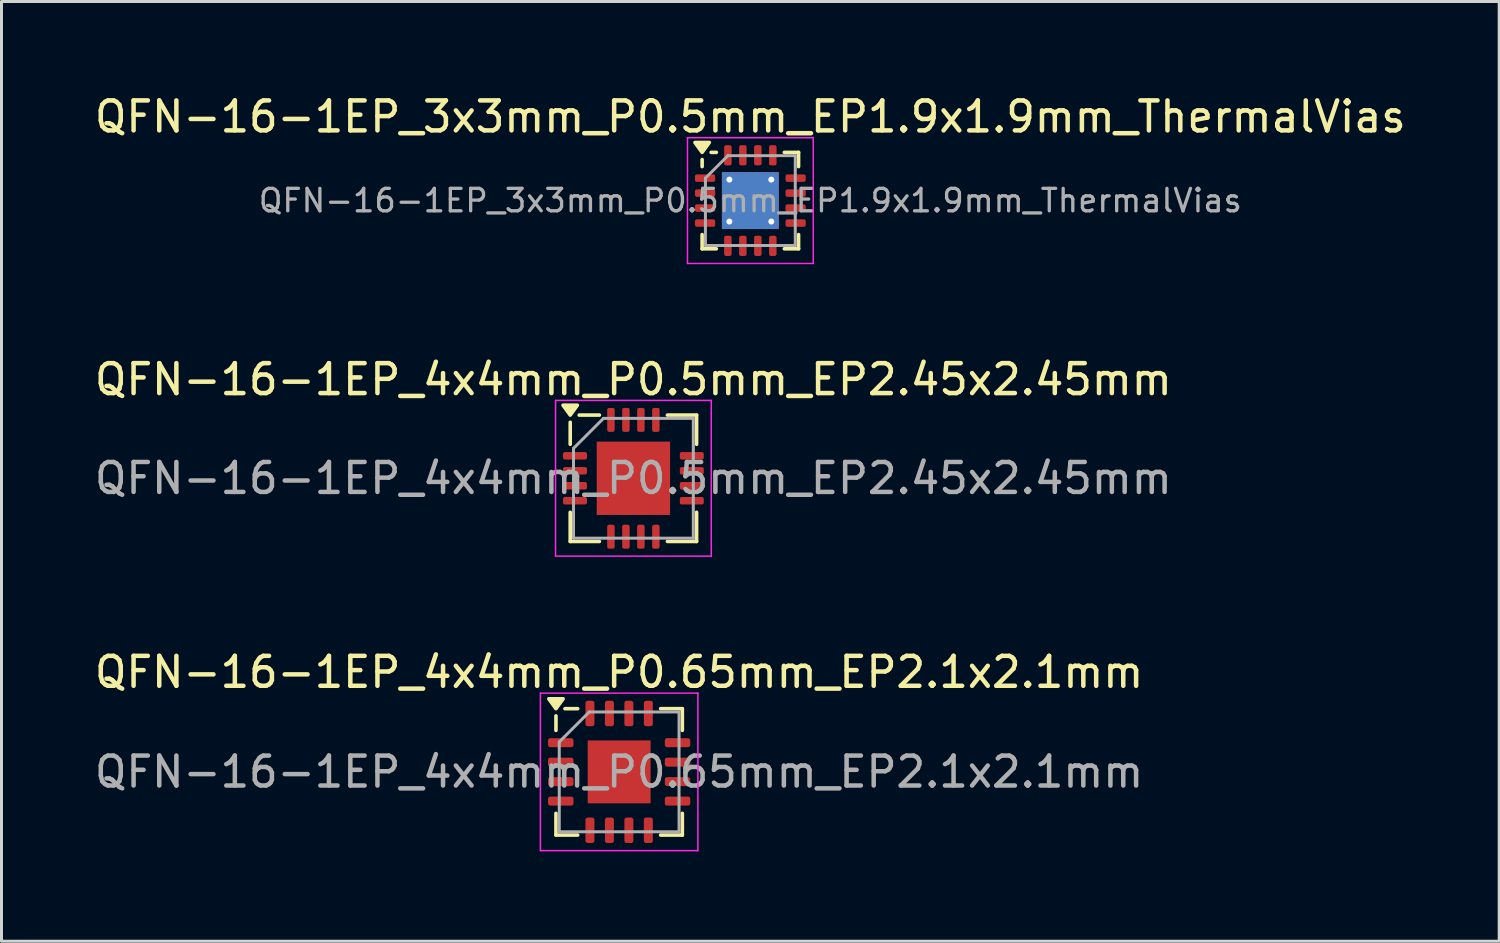
<source format=kicad_pcb>
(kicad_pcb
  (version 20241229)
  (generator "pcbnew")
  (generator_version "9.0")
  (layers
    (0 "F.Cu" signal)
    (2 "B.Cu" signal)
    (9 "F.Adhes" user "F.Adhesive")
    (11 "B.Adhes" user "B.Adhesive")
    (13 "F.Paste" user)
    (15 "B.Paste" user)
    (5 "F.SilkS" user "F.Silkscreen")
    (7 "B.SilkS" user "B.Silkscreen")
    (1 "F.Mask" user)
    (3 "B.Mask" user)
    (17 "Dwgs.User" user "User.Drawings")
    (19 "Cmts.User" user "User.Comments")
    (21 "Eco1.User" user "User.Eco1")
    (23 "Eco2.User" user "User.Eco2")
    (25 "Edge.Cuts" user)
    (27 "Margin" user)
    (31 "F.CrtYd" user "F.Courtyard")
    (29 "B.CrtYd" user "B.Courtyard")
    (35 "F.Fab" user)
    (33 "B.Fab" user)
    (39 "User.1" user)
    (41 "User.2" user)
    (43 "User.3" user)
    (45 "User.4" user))
  (footprint "QFN-16-1EP_4x4mm_P0.5mm_EP2.45x2.45mm"
    (layer "F.Cu")
    (at 18.101 12.921)
    (property "Reference" "QFN-16-1EP_4x4mm_P0.5mm_EP2.45x2.45mm" (at 0 -3.3 0) (layer "F.SilkS") (effects (font (size 1 1) (thickness 0.15))))
    (attr smd)
    (fp_line (start -2.11 -1.135) (end -2.11 -1.87) (stroke (width 0.12) (type solid)) (layer "F.SilkS"))
    (fp_line (start -2.11 2.11) (end -2.11 1.135) (stroke (width 0.12) (type solid)) (layer "F.SilkS"))
    (fp_line (start -1.135 -2.11) (end -1.81 -2.11) (stroke (width 0.12) (type solid)) (layer "F.SilkS"))
    (fp_line (start -1.135 2.11) (end -2.11 2.11) (stroke (width 0.12) (type solid)) (layer "F.SilkS"))
    (fp_line (start 1.135 -2.11) (end 2.11 -2.11) (stroke (width 0.12) (type solid)) (layer "F.SilkS"))
    (fp_line (start 1.135 2.11) (end 2.11 2.11) (stroke (width 0.12) (type solid)) (layer "F.SilkS"))
    (fp_line (start 2.11 -2.11) (end 2.11 -1.135) (stroke (width 0.12) (type solid)) (layer "F.SilkS"))
    (fp_line (start 2.11 2.11) (end 2.11 1.135) (stroke (width 0.12) (type solid)) (layer "F.SilkS"))
    (fp_poly (pts (xy -2.11 -2.11) (xy -2.35 -2.44) (xy -1.87 -2.44) (xy -2.11 -2.11)) (stroke (width 0.12) (type solid)) (fill yes) (layer "F.SilkS"))
    (fp_line (start -2.6 -2.6) (end -2.6 2.6) (stroke (width 0.05) (type solid)) (layer "F.CrtYd"))
    (fp_line (start -2.6 2.6) (end 2.6 2.6) (stroke (width 0.05) (type solid)) (layer "F.CrtYd"))
    (fp_line (start 2.6 -2.6) (end -2.6 -2.6) (stroke (width 0.05) (type solid)) (layer "F.CrtYd"))
    (fp_line (start 2.6 2.6) (end 2.6 -2.6) (stroke (width 0.05) (type solid)) (layer "F.CrtYd"))
    (fp_line (start -2 -1) (end -1 -2) (stroke (width 0.1) (type solid)) (layer "F.Fab"))
    (fp_line (start -2 2) (end -2 -1) (stroke (width 0.1) (type solid)) (layer "F.Fab"))
    (fp_line (start -1 -2) (end 2 -2) (stroke (width 0.1) (type solid)) (layer "F.Fab"))
    (fp_line (start 2 -2) (end 2 2) (stroke (width 0.1) (type solid)) (layer "F.Fab"))
    (fp_line (start 2 2) (end -2 2) (stroke (width 0.1) (type solid)) (layer "F.Fab"))
    (fp_text user "${REFERENCE}" (at 0 0 0) (layer "F.Fab") (effects (font (size 1 1) (thickness 0.15))))
    (pad "" smd roundrect (at -0.61 -0.61) (size 0.99 0.99) (layers "F.Paste") (roundrect_rratio 0.25))
    (pad "" smd roundrect (at -0.61 0.61) (size 0.99 0.99) (layers "F.Paste") (roundrect_rratio 0.25))
    (pad "" smd roundrect (at 0.61 -0.61) (size 0.99 0.99) (layers "F.Paste") (roundrect_rratio 0.25))
    (pad "" smd roundrect (at 0.61 0.61) (size 0.99 0.99) (layers "F.Paste") (roundrect_rratio 0.25))
    (pad "1" smd roundrect (at -1.95 -0.75) (size 0.8 0.25) (layers "F.Cu" "F.Mask" "F.Paste") (roundrect_rratio 0.25))
    (pad "2" smd roundrect (at -1.95 -0.25) (size 0.8 0.25) (layers "F.Cu" "F.Mask" "F.Paste") (roundrect_rratio 0.25))
    (pad "3" smd roundrect (at -1.95 0.25) (size 0.8 0.25) (layers "F.Cu" "F.Mask" "F.Paste") (roundrect_rratio 0.25))
    (pad "4" smd roundrect (at -1.95 0.75) (size 0.8 0.25) (layers "F.Cu" "F.Mask" "F.Paste") (roundrect_rratio 0.25))
    (pad "5" smd roundrect (at -0.75 1.95) (size 0.25 0.8) (layers "F.Cu" "F.Mask" "F.Paste") (roundrect_rratio 0.25))
    (pad "6" smd roundrect (at -0.25 1.95) (size 0.25 0.8) (layers "F.Cu" "F.Mask" "F.Paste") (roundrect_rratio 0.25))
    (pad "7" smd roundrect (at 0.25 1.95) (size 0.25 0.8) (layers "F.Cu" "F.Mask" "F.Paste") (roundrect_rratio 0.25))
    (pad "8" smd roundrect (at 0.75 1.95) (size 0.25 0.8) (layers "F.Cu" "F.Mask" "F.Paste") (roundrect_rratio 0.25))
    (pad "9" smd roundrect (at 1.95 0.75) (size 0.8 0.25) (layers "F.Cu" "F.Mask" "F.Paste") (roundrect_rratio 0.25))
    (pad "10" smd roundrect (at 1.95 0.25) (size 0.8 0.25) (layers "F.Cu" "F.Mask" "F.Paste") (roundrect_rratio 0.25))
    (pad "11" smd roundrect (at 1.95 -0.25) (size 0.8 0.25) (layers "F.Cu" "F.Mask" "F.Paste") (roundrect_rratio 0.25))
    (pad "12" smd roundrect (at 1.95 -0.75) (size 0.8 0.25) (layers "F.Cu" "F.Mask" "F.Paste") (roundrect_rratio 0.25))
    (pad "13" smd roundrect (at 0.75 -1.95) (size 0.25 0.8) (layers "F.Cu" "F.Mask" "F.Paste") (roundrect_rratio 0.25))
    (pad "14" smd roundrect (at 0.25 -1.95) (size 0.25 0.8) (layers "F.Cu" "F.Mask" "F.Paste") (roundrect_rratio 0.25))
    (pad "15" smd roundrect (at -0.25 -1.95) (size 0.25 0.8) (layers "F.Cu" "F.Mask" "F.Paste") (roundrect_rratio 0.25))
    (pad "16" smd roundrect (at -0.75 -1.95) (size 0.25 0.8) (layers "F.Cu" "F.Mask" "F.Paste") (roundrect_rratio 0.25))
    (pad "17" smd rect (at 0 0) (size 2.45 2.45) (property pad_prop_heatsink) (layers "F.Cu" "F.Mask")))
  (footprint "QFN-16-1EP_4x4mm_P0.65mm_EP2.1x2.1mm"
    (layer "F.Cu")
    (at 17.625 22.725)
    (property "Reference" "QFN-16-1EP_4x4mm_P0.65mm_EP2.1x2.1mm" (at 0 -3.33 0) (layer "F.SilkS") (effects (font (size 1 1) (thickness 0.15))))
    (attr smd)
    (fp_line (start -2.11 -1.385) (end -2.11 -1.87) (stroke (width 0.12) (type solid)) (layer "F.SilkS"))
    (fp_line (start -2.11 2.11) (end -2.11 1.385) (stroke (width 0.12) (type solid)) (layer "F.SilkS"))
    (fp_line (start -1.385 -2.11) (end -1.81 -2.11) (stroke (width 0.12) (type solid)) (layer "F.SilkS"))
    (fp_line (start -1.385 2.11) (end -2.11 2.11) (stroke (width 0.12) (type solid)) (layer "F.SilkS"))
    (fp_line (start 1.385 -2.11) (end 2.11 -2.11) (stroke (width 0.12) (type solid)) (layer "F.SilkS"))
    (fp_line (start 1.385 2.11) (end 2.11 2.11) (stroke (width 0.12) (type solid)) (layer "F.SilkS"))
    (fp_line (start 2.11 -2.11) (end 2.11 -1.385) (stroke (width 0.12) (type solid)) (layer "F.SilkS"))
    (fp_line (start 2.11 2.11) (end 2.11 1.385) (stroke (width 0.12) (type solid)) (layer "F.SilkS"))
    (fp_poly (pts (xy -2.11 -2.11) (xy -2.35 -2.44) (xy -1.87 -2.44) (xy -2.11 -2.11)) (stroke (width 0.12) (type solid)) (fill yes) (layer "F.SilkS"))
    (fp_line (start -2.63 -2.63) (end -2.63 2.63) (stroke (width 0.05) (type solid)) (layer "F.CrtYd"))
    (fp_line (start -2.63 2.63) (end 2.63 2.63) (stroke (width 0.05) (type solid)) (layer "F.CrtYd"))
    (fp_line (start 2.63 -2.63) (end -2.63 -2.63) (stroke (width 0.05) (type solid)) (layer "F.CrtYd"))
    (fp_line (start 2.63 2.63) (end 2.63 -2.63) (stroke (width 0.05) (type solid)) (layer "F.CrtYd"))
    (fp_line (start -2 -1) (end -1 -2) (stroke (width 0.1) (type solid)) (layer "F.Fab"))
    (fp_line (start -2 2) (end -2 -1) (stroke (width 0.1) (type solid)) (layer "F.Fab"))
    (fp_line (start -1 -2) (end 2 -2) (stroke (width 0.1) (type solid)) (layer "F.Fab"))
    (fp_line (start 2 -2) (end 2 2) (stroke (width 0.1) (type solid)) (layer "F.Fab"))
    (fp_line (start 2 2) (end -2 2) (stroke (width 0.1) (type solid)) (layer "F.Fab"))
    (fp_text user "${REFERENCE}" (at 0 0 0) (layer "F.Fab") (effects (font (size 1 1) (thickness 0.15))))
    (pad "" smd roundrect (at -0.525 -0.525) (size 0.85 0.85) (layers "F.Paste") (roundrect_rratio 0.25))
    (pad "" smd roundrect (at -0.525 0.525) (size 0.85 0.85) (layers "F.Paste") (roundrect_rratio 0.25))
    (pad "" smd roundrect (at 0.525 -0.525) (size 0.85 0.85) (layers "F.Paste") (roundrect_rratio 0.25))
    (pad "" smd roundrect (at 0.525 0.525) (size 0.85 0.85) (layers "F.Paste") (roundrect_rratio 0.25))
    (pad "1" smd roundrect (at -1.95 -0.975) (size 0.85 0.3) (layers "F.Cu" "F.Mask" "F.Paste") (roundrect_rratio 0.25))
    (pad "2" smd roundrect (at -1.95 -0.325) (size 0.85 0.3) (layers "F.Cu" "F.Mask" "F.Paste") (roundrect_rratio 0.25))
    (pad "3" smd roundrect (at -1.95 0.325) (size 0.85 0.3) (layers "F.Cu" "F.Mask" "F.Paste") (roundrect_rratio 0.25))
    (pad "4" smd roundrect (at -1.95 0.975) (size 0.85 0.3) (layers "F.Cu" "F.Mask" "F.Paste") (roundrect_rratio 0.25))
    (pad "5" smd roundrect (at -0.975 1.95) (size 0.3 0.85) (layers "F.Cu" "F.Mask" "F.Paste") (roundrect_rratio 0.25))
    (pad "6" smd roundrect (at -0.325 1.95) (size 0.3 0.85) (layers "F.Cu" "F.Mask" "F.Paste") (roundrect_rratio 0.25))
    (pad "7" smd roundrect (at 0.325 1.95) (size 0.3 0.85) (layers "F.Cu" "F.Mask" "F.Paste") (roundrect_rratio 0.25))
    (pad "8" smd roundrect (at 0.975 1.95) (size 0.3 0.85) (layers "F.Cu" "F.Mask" "F.Paste") (roundrect_rratio 0.25))
    (pad "9" smd roundrect (at 1.95 0.975) (size 0.85 0.3) (layers "F.Cu" "F.Mask" "F.Paste") (roundrect_rratio 0.25))
    (pad "10" smd roundrect (at 1.95 0.325) (size 0.85 0.3) (layers "F.Cu" "F.Mask" "F.Paste") (roundrect_rratio 0.25))
    (pad "11" smd roundrect (at 1.95 -0.325) (size 0.85 0.3) (layers "F.Cu" "F.Mask" "F.Paste") (roundrect_rratio 0.25))
    (pad "12" smd roundrect (at 1.95 -0.975) (size 0.85 0.3) (layers "F.Cu" "F.Mask" "F.Paste") (roundrect_rratio 0.25))
    (pad "13" smd roundrect (at 0.975 -1.95) (size 0.3 0.85) (layers "F.Cu" "F.Mask" "F.Paste") (roundrect_rratio 0.25))
    (pad "14" smd roundrect (at 0.325 -1.95) (size 0.3 0.85) (layers "F.Cu" "F.Mask" "F.Paste") (roundrect_rratio 0.25))
    (pad "15" smd roundrect (at -0.325 -1.95) (size 0.3 0.85) (layers "F.Cu" "F.Mask" "F.Paste") (roundrect_rratio 0.25))
    (pad "16" smd roundrect (at -0.975 -1.95) (size 0.3 0.85) (layers "F.Cu" "F.Mask" "F.Paste") (roundrect_rratio 0.25))
    (pad "17" smd rect (at 0 0) (size 2.1 2.1) (property pad_prop_heatsink) (layers "F.Cu" "F.Mask")))
  (footprint "QFN-16-1EP_3x3mm_P0.5mm_EP1.9x1.9mm_ThermalVias"
    (layer "F.Cu")
    (at 22.006 3.648)
    (property "Reference" "QFN-16-1EP_3x3mm_P0.5mm_EP1.9x1.9mm_ThermalVias" (at 0 -2.8 0) (layer "F.SilkS") (effects (font (size 1 1) (thickness 0.15))))
    (attr smd)
    (fp_line (start -1.61 -1.135) (end -1.61 -1.37) (stroke (width 0.12) (type solid)) (layer "F.SilkS"))
    (fp_line (start -1.61 1.61) (end -1.61 1.135) (stroke (width 0.12) (type solid)) (layer "F.SilkS"))
    (fp_line (start -1.135 -1.61) (end -1.31 -1.61) (stroke (width 0.12) (type solid)) (layer "F.SilkS"))
    (fp_line (start -1.135 1.61) (end -1.61 1.61) (stroke (width 0.12) (type solid)) (layer "F.SilkS"))
    (fp_line (start 1.135 -1.61) (end 1.61 -1.61) (stroke (width 0.12) (type solid)) (layer "F.SilkS"))
    (fp_line (start 1.135 1.61) (end 1.61 1.61) (stroke (width 0.12) (type solid)) (layer "F.SilkS"))
    (fp_line (start 1.61 -1.61) (end 1.61 -1.135) (stroke (width 0.12) (type solid)) (layer "F.SilkS"))
    (fp_line (start 1.61 1.61) (end 1.61 1.135) (stroke (width 0.12) (type solid)) (layer "F.SilkS"))
    (fp_poly (pts (xy -1.61 -1.61) (xy -1.85 -1.94) (xy -1.37 -1.94) (xy -1.61 -1.61)) (stroke (width 0.12) (type solid)) (fill yes) (layer "F.SilkS"))
    (fp_line (start -2.1 -2.1) (end -2.1 2.1) (stroke (width 0.05) (type solid)) (layer "F.CrtYd"))
    (fp_line (start -2.1 2.1) (end 2.1 2.1) (stroke (width 0.05) (type solid)) (layer "F.CrtYd"))
    (fp_line (start 2.1 -2.1) (end -2.1 -2.1) (stroke (width 0.05) (type solid)) (layer "F.CrtYd"))
    (fp_line (start 2.1 2.1) (end 2.1 -2.1) (stroke (width 0.05) (type solid)) (layer "F.CrtYd"))
    (fp_line (start -1.5 -0.75) (end -0.75 -1.5) (stroke (width 0.1) (type solid)) (layer "F.Fab"))
    (fp_line (start -1.5 1.5) (end -1.5 -0.75) (stroke (width 0.1) (type solid)) (layer "F.Fab"))
    (fp_line (start -0.75 -1.5) (end 1.5 -1.5) (stroke (width 0.1) (type solid)) (layer "F.Fab"))
    (fp_line (start 1.5 -1.5) (end 1.5 1.5) (stroke (width 0.1) (type solid)) (layer "F.Fab"))
    (fp_line (start 1.5 1.5) (end -1.5 1.5) (stroke (width 0.1) (type solid)) (layer "F.Fab"))
    (fp_text user "${REFERENCE}" (at 0 0 0) (layer "F.Fab") (effects (font (size 0.75 0.75) (thickness 0.11))))
    (pad "" smd roundrect (at -0.475 -0.475) (size 0.82 0.82) (layers "F.Paste") (roundrect_rratio 0.25))
    (pad "" smd roundrect (at -0.475 0.475) (size 0.82 0.82) (layers "F.Paste") (roundrect_rratio 0.25))
    (pad "" smd roundrect (at 0.475 -0.475) (size 0.82 0.82) (layers "F.Paste") (roundrect_rratio 0.25))
    (pad "" smd roundrect (at 0.475 0.475) (size 0.82 0.82) (layers "F.Paste") (roundrect_rratio 0.25))
    (pad "1" smd roundrect (at -1.512 -0.75) (size 0.675 0.25) (layers "F.Cu" "F.Mask" "F.Paste") (roundrect_rratio 0.25))
    (pad "2" smd roundrect (at -1.512 -0.25) (size 0.675 0.25) (layers "F.Cu" "F.Mask" "F.Paste") (roundrect_rratio 0.25))
    (pad "3" smd roundrect (at -1.512 0.25) (size 0.675 0.25) (layers "F.Cu" "F.Mask" "F.Paste") (roundrect_rratio 0.25))
    (pad "4" smd roundrect (at -1.512 0.75) (size 0.675 0.25) (layers "F.Cu" "F.Mask" "F.Paste") (roundrect_rratio 0.25))
    (pad "5" smd roundrect (at -0.75 1.512) (size 0.25 0.675) (layers "F.Cu" "F.Mask" "F.Paste") (roundrect_rratio 0.25))
    (pad "6" smd roundrect (at -0.25 1.512) (size 0.25 0.675) (layers "F.Cu" "F.Mask" "F.Paste") (roundrect_rratio 0.25))
    (pad "7" smd roundrect (at 0.25 1.512) (size 0.25 0.675) (layers "F.Cu" "F.Mask" "F.Paste") (roundrect_rratio 0.25))
    (pad "8" smd roundrect (at 0.75 1.512) (size 0.25 0.675) (layers "F.Cu" "F.Mask" "F.Paste") (roundrect_rratio 0.25))
    (pad "9" smd roundrect (at 1.512 0.75) (size 0.675 0.25) (layers "F.Cu" "F.Mask" "F.Paste") (roundrect_rratio 0.25))
    (pad "10" smd roundrect (at 1.512 0.25) (size 0.675 0.25) (layers "F.Cu" "F.Mask" "F.Paste") (roundrect_rratio 0.25))
    (pad "11" smd roundrect (at 1.512 -0.25) (size 0.675 0.25) (layers "F.Cu" "F.Mask" "F.Paste") (roundrect_rratio 0.25))
    (pad "12" smd roundrect (at 1.512 -0.75) (size 0.675 0.25) (layers "F.Cu" "F.Mask" "F.Paste") (roundrect_rratio 0.25))
    (pad "13" smd roundrect (at 0.75 -1.512) (size 0.25 0.675) (layers "F.Cu" "F.Mask" "F.Paste") (roundrect_rratio 0.25))
    (pad "14" smd roundrect (at 0.25 -1.512) (size 0.25 0.675) (layers "F.Cu" "F.Mask" "F.Paste") (roundrect_rratio 0.25))
    (pad "15" smd roundrect (at -0.25 -1.512) (size 0.25 0.675) (layers "F.Cu" "F.Mask" "F.Paste") (roundrect_rratio 0.25))
    (pad "16" smd roundrect (at -0.75 -1.512) (size 0.25 0.675) (layers "F.Cu" "F.Mask" "F.Paste") (roundrect_rratio 0.25))
    (pad "17" thru_hole circle (at -0.7 -0.7) (size 0.5 0.5) (drill 0.2) (property pad_prop_heatsink) (layers "*.Cu"))
    (pad "17" thru_hole circle (at -0.7 0.7) (size 0.5 0.5) (drill 0.2) (property pad_prop_heatsink) (layers "*.Cu"))
    (pad "17" smd rect (at 0 0) (size 1.9 1.9) (property pad_prop_heatsink) (layers "F.Cu" "F.Mask"))
    (pad "17" smd rect (at 0 0) (size 1.9 1.9) (property pad_prop_heatsink) (layers "B.Cu"))
    (pad "17" thru_hole circle (at 0.7 -0.7) (size 0.5 0.5) (drill 0.2) (property pad_prop_heatsink) (layers "*.Cu"))
    (pad "17" thru_hole circle (at 0.7 0.7) (size 0.5 0.5) (drill 0.2) (property pad_prop_heatsink) (layers "*.Cu")))
  (gr_rect
    (start -3 -3)
    (end 47.012 28.38)
    (stroke (width 0.1) (type default))
    (fill no)
    (layer "Edge.Cuts")))
</source>
